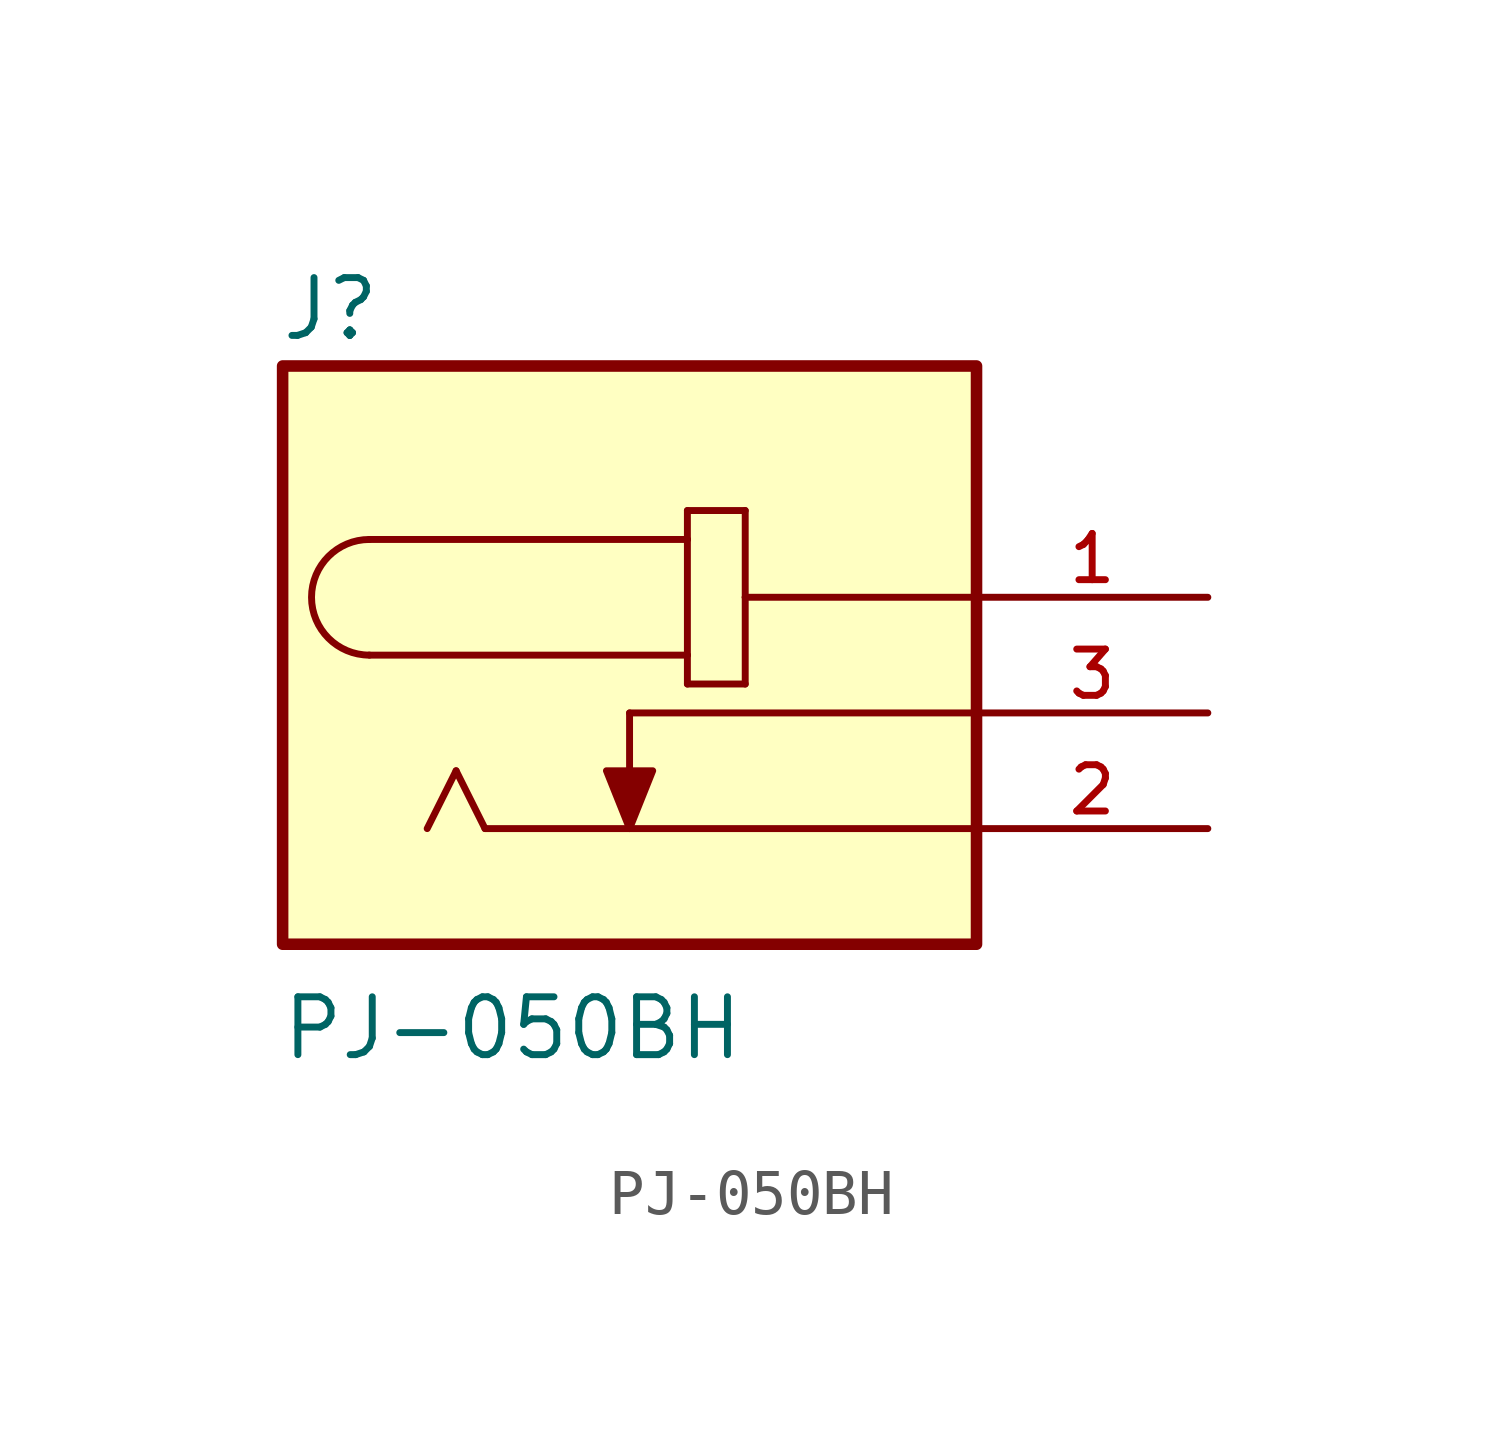
<source format=kicad_sym>
(kicad_symbol_lib
  (version 20211014)
  (generator kicad_symbol_editor)
  (symbol "PJ-050BH"
    (pin_names
      (offset 1.016))
    (property "Reference" "J"
      (at -7.696 5.588 0)
      (effects (font (size 1.27 1.27)) (justify bottom left)))
    (property "Value" "PJ-050BH"
      (at -7.687 -10.208 0)
      (effects (font (size 1.27 1.27)) (justify bottom left)))
    (symbol "PJ-050BH_0_0"
      (arc (start -5.715 1.27) (mid -6.985 -0.0) (end -5.715 -1.27) (stroke (width 0.1524) (type default) (color 0 0 0 0)) (fill (type none)))
      (polyline (pts (xy -5.715 1.27) (xy 1.27 1.27)) (stroke (width 0.152)))
      (polyline (pts (xy 1.27 1.27) (xy 1.27 -1.27)) (stroke (width 0.152)))
      (polyline (pts (xy 1.27 -1.27) (xy -5.715 -1.27)) (stroke (width 0.152)))
      (polyline (pts (xy 1.27 -1.27) (xy 1.27 -1.905)) (stroke (width 0.152)))
      (polyline (pts (xy 1.27 -1.905) (xy 2.54 -1.905)) (stroke (width 0.152)))
      (polyline (pts (xy 2.54 -1.905) (xy 2.54 0.0)) (stroke (width 0.152)))
      (polyline (pts (xy 2.54 0.0) (xy 2.54 1.905)) (stroke (width 0.152)))
      (polyline (pts (xy 2.54 1.905) (xy 1.27 1.905)) (stroke (width 0.152)))
      (polyline (pts (xy 1.27 1.905) (xy 1.27 1.27)) (stroke (width 0.152)))
      (polyline (pts (xy 0.0 -5.08) (xy -3.175 -5.08)) (stroke (width 0.152)))
      (polyline (pts (xy -3.175 -5.08) (xy -3.81 -3.81)) (stroke (width 0.152)))
      (polyline (pts (xy -3.81 -3.81) (xy -4.445 -5.08)) (stroke (width 0.152)))
      (polyline (pts (xy 0.0 -2.54) (xy 0.0 -5.08)) (stroke (width 0.152)))
      (polyline (pts (xy 0.0 -5.08) (xy -0.508 -3.81) (xy 0.508 -3.81) (xy 0.0 -5.08)) (stroke (width 0.152)) (fill (type outline)))
      (polyline (pts (xy 0.0 -2.54) (xy 7.62 -2.54)) (stroke (width 0.152)))
      (polyline (pts (xy 0.0 -5.08) (xy 7.62 -5.08)) (stroke (width 0.152)))
      (polyline (pts (xy 2.54 0.0) (xy 7.62 0.0)) (stroke (width 0.152)))
      (rectangle (start -7.62 -7.62) (end 7.62 5.08) (stroke (width 0.254)) (fill (type background)))
      (pin passive line (at 12.7 0.0 180.0) (length 5.08) (name "~" (effects (font (size 1.016 1.016)))) (number "1" (effects (font (size 1.016 1.016)))))
      (pin passive line (at 12.7 -2.54 180.0) (length 5.08) (name "~" (effects (font (size 1.016 1.016)))) (number "3" (effects (font (size 1.016 1.016)))))
      (pin passive line (at 12.7 -5.08 180.0) (length 5.08) (name "~" (effects (font (size 1.016 1.016)))) (number "2" (effects (font (size 1.016 1.016))))))))
</source>
